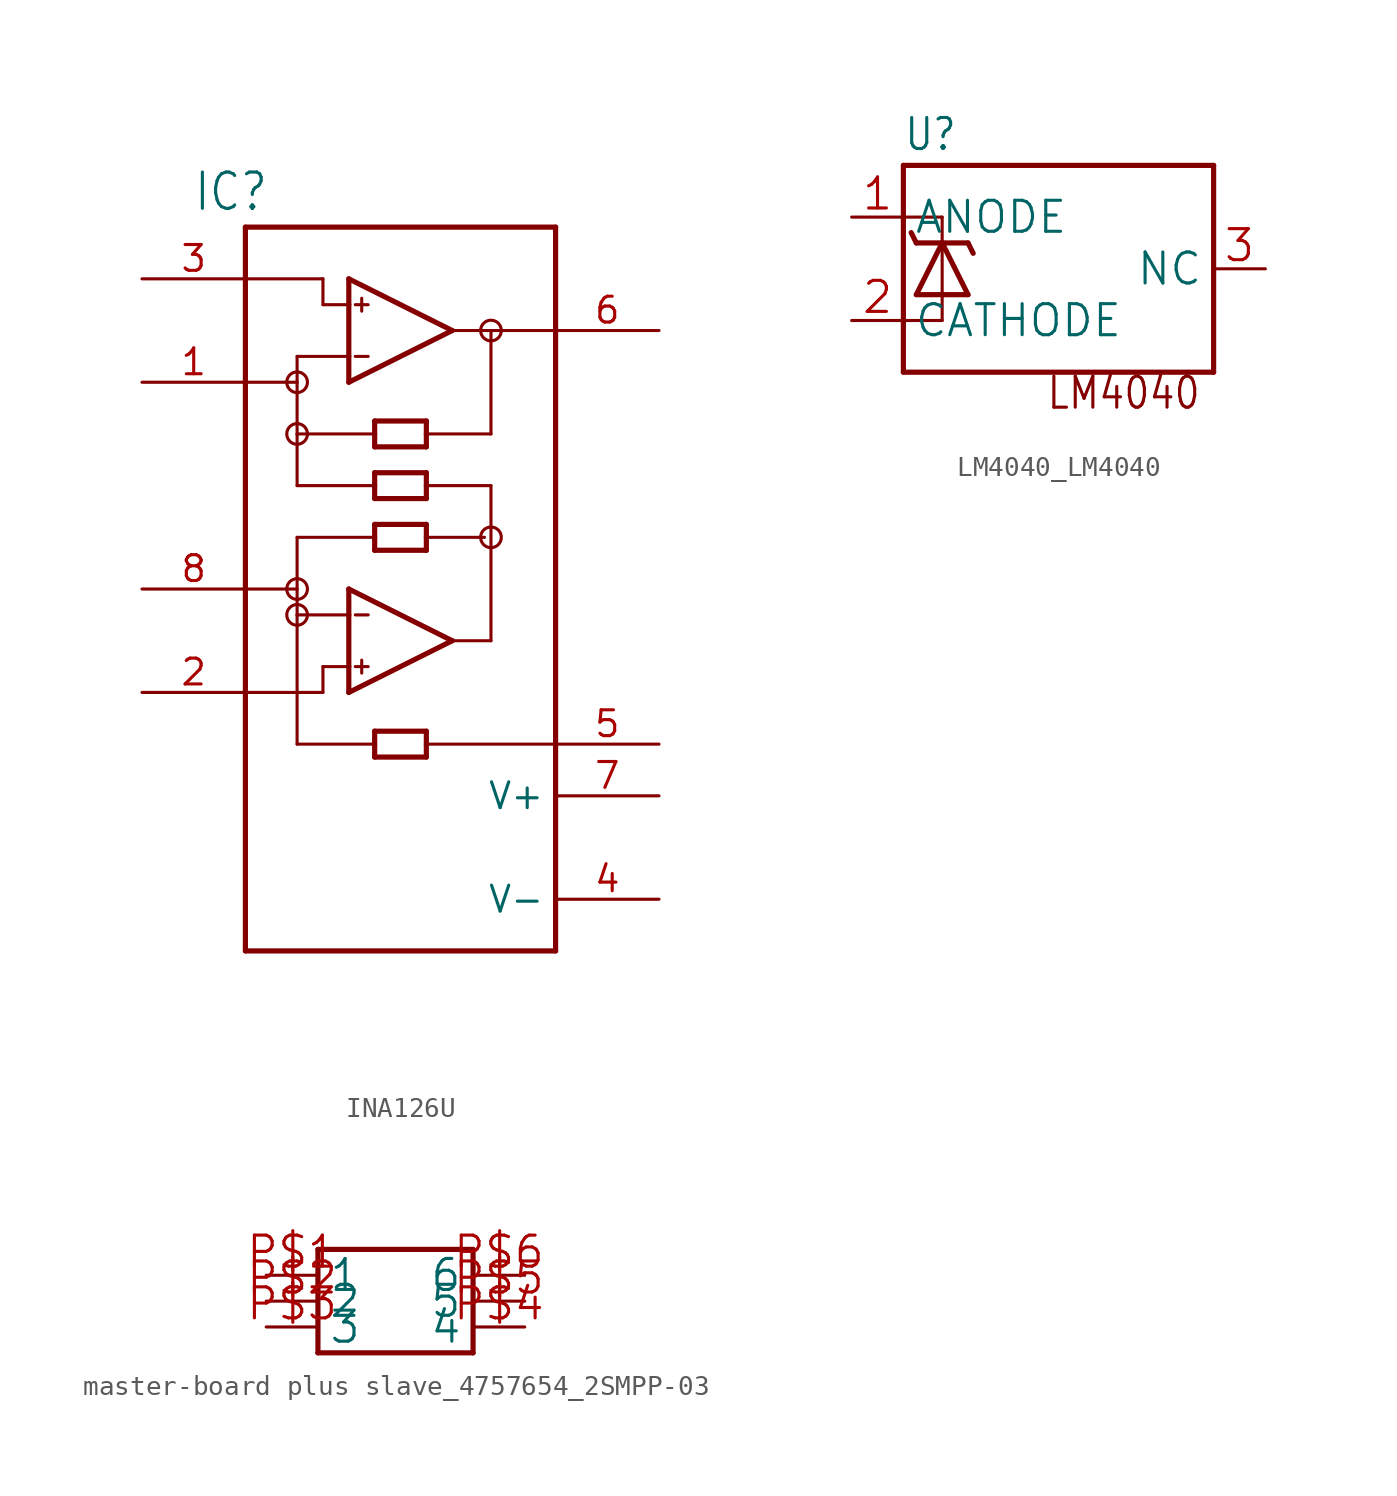
<source format=kicad_sym>
(kicad_symbol_lib
  (version 20241209)
  (generator "kicad_symbol_editor")
  (generator_version "9.0")
  (symbol "INA126U"
    (property "Reference" "IC"
      (at -10.195 18.478 0)
      (effects (font (size 1.784 1.516)) (justify left bottom)))
    (property "Value" ""
      (at -10.172 -20.344 0)
      (effects (font (size 1.78 1.513)) (justify left bottom)))
    (property "ki_locked" ""
      (at 0 0 0)
      (effects (font (size 1.27 1.27))))
    (symbol "INA126U_1_0"
      (polyline (pts (xy -7.62 17.78) (xy -7.62 15.24)) (stroke (width 0.254) (type solid)) (fill (type none)))
      (polyline (pts (xy -7.62 15.24) (xy -7.62 10.16)) (stroke (width 0.254) (type solid)) (fill (type none)))
      (polyline (pts (xy -7.62 15.24) (xy -3.81 15.24)) (stroke (width 0.152) (type solid)) (fill (type none)))
      (polyline (pts (xy -7.62 10.16) (xy -7.62 0)) (stroke (width 0.254) (type solid)) (fill (type none)))
      (polyline (pts (xy -7.62 10.16) (xy -5.08 10.16)) (stroke (width 0.152) (type solid)) (fill (type none)))
      (polyline (pts (xy -7.62 0) (xy -7.62 -5.08)) (stroke (width 0.254) (type solid)) (fill (type none)))
      (polyline (pts (xy -7.62 0) (xy -5.08 0)) (stroke (width 0.152) (type solid)) (fill (type none)))
      (polyline (pts (xy -7.62 -5.08) (xy -7.62 -17.78)) (stroke (width 0.254) (type solid)) (fill (type none)))
      (polyline (pts (xy -7.62 -17.78) (xy 7.62 -17.78)) (stroke (width 0.254) (type solid)) (fill (type none)))
      (polyline (pts (xy -5.08 11.43) (xy -5.08 10.16)) (stroke (width 0.152) (type solid)) (fill (type none)))
      (circle (center -5.08 10.16) (radius 0.508) (stroke (width 0) (type solid)) (fill (type none)))
      (polyline (pts (xy -5.08 10.16) (xy -5.08 7.62)) (stroke (width 0.152) (type solid)) (fill (type none)))
      (circle (center -5.08 7.62) (radius 0.508) (stroke (width 0) (type solid)) (fill (type none)))
      (polyline (pts (xy -5.08 7.62) (xy -5.08 5.08)) (stroke (width 0.152) (type solid)) (fill (type none)))
      (polyline (pts (xy -5.08 7.62) (xy -1.27 7.62)) (stroke (width 0.152) (type solid)) (fill (type none)))
      (polyline (pts (xy -5.08 5.08) (xy -1.27 5.08)) (stroke (width 0.152) (type solid)) (fill (type none)))
      (polyline (pts (xy -5.08 2.54) (xy -5.08 0)) (stroke (width 0.152) (type solid)) (fill (type none)))
      (circle (center -5.08 0) (radius 0.508) (stroke (width 0) (type solid)) (fill (type none)))
      (circle (center -5.08 -1.27) (radius 0.508) (stroke (width 0) (type solid)) (fill (type none)))
      (polyline (pts (xy -5.08 -1.27) (xy -5.08 0)) (stroke (width 0.152) (type solid)) (fill (type none)))
      (polyline (pts (xy -5.08 -1.27) (xy -5.08 -7.62)) (stroke (width 0.152) (type solid)) (fill (type none)))
      (polyline (pts (xy -5.08 -7.62) (xy -1.27 -7.62)) (stroke (width 0.152) (type solid)) (fill (type none)))
      (polyline (pts (xy -3.81 15.24) (xy -3.81 13.97)) (stroke (width 0.152) (type solid)) (fill (type none)))
      (polyline (pts (xy -3.81 -3.81) (xy -3.81 -5.08)) (stroke (width 0.152) (type solid)) (fill (type none)))
      (polyline (pts (xy -3.81 -5.08) (xy -7.62 -5.08)) (stroke (width 0.152) (type solid)) (fill (type none)))
      (polyline (pts (xy -2.54 15.24) (xy 2.54 12.7)) (stroke (width 0.254) (type solid)) (fill (type none)))
      (polyline (pts (xy -2.54 13.97) (xy -3.81 13.97)) (stroke (width 0.152) (type solid)) (fill (type none)))
      (polyline (pts (xy -2.54 13.97) (xy -2.54 15.24)) (stroke (width 0.254) (type solid)) (fill (type none)))
      (polyline (pts (xy -2.54 11.43) (xy -5.08 11.43)) (stroke (width 0.152) (type solid)) (fill (type none)))
      (polyline (pts (xy -2.54 11.43) (xy -2.54 13.97)) (stroke (width 0.254) (type solid)) (fill (type none)))
      (polyline (pts (xy -2.54 10.16) (xy -2.54 11.43)) (stroke (width 0.254) (type solid)) (fill (type none)))
      (polyline (pts (xy -2.54 0) (xy 2.54 -2.54)) (stroke (width 0.254) (type solid)) (fill (type none)))
      (polyline (pts (xy -2.54 -1.27) (xy -5.08 -1.27)) (stroke (width 0.152) (type solid)) (fill (type none)))
      (polyline (pts (xy -2.54 -1.27) (xy -2.54 0)) (stroke (width 0.254) (type solid)) (fill (type none)))
      (polyline (pts (xy -2.54 -3.81) (xy -3.81 -3.81)) (stroke (width 0.152) (type solid)) (fill (type none)))
      (polyline (pts (xy -2.54 -3.81) (xy -2.54 -1.27)) (stroke (width 0.254) (type solid)) (fill (type none)))
      (polyline (pts (xy -2.54 -5.08) (xy -2.54 -3.81)) (stroke (width 0.254) (type solid)) (fill (type none)))
      (polyline (pts (xy -2.223 13.97) (xy -1.587 13.97)) (stroke (width 0.152) (type solid)) (fill (type none)))
      (polyline (pts (xy -2.223 11.43) (xy -1.587 11.43)) (stroke (width 0.152) (type solid)) (fill (type none)))
      (polyline (pts (xy -2.223 -1.27) (xy -1.587 -1.27)) (stroke (width 0.152) (type solid)) (fill (type none)))
      (polyline (pts (xy -2.223 -3.81) (xy -1.587 -3.81)) (stroke (width 0.152) (type solid)) (fill (type none)))
      (polyline (pts (xy -1.905 14.287) (xy -1.905 13.652)) (stroke (width 0.152) (type solid)) (fill (type none)))
      (polyline (pts (xy -1.905 -3.493) (xy -1.905 -4.128)) (stroke (width 0.152) (type solid)) (fill (type none)))
      (polyline (pts (xy -1.27 8.255) (xy -1.27 7.62)) (stroke (width 0.254) (type solid)) (fill (type none)))
      (polyline (pts (xy -1.27 7.62) (xy -1.27 6.985)) (stroke (width 0.254) (type solid)) (fill (type none)))
      (polyline (pts (xy -1.27 6.985) (xy 1.27 6.985)) (stroke (width 0.254) (type solid)) (fill (type none)))
      (polyline (pts (xy -1.27 5.715) (xy 1.27 5.715)) (stroke (width 0.254) (type solid)) (fill (type none)))
      (polyline (pts (xy -1.27 5.08) (xy -1.27 5.715)) (stroke (width 0.254) (type solid)) (fill (type none)))
      (polyline (pts (xy -1.27 4.445) (xy -1.27 5.08)) (stroke (width 0.254) (type solid)) (fill (type none)))
      (polyline (pts (xy -1.27 3.175) (xy -1.27 2.54)) (stroke (width 0.254) (type solid)) (fill (type none)))
      (polyline (pts (xy -1.27 2.54) (xy -5.08 2.54)) (stroke (width 0.152) (type solid)) (fill (type none)))
      (polyline (pts (xy -1.27 2.54) (xy -1.27 1.905)) (stroke (width 0.254) (type solid)) (fill (type none)))
      (polyline (pts (xy -1.27 1.905) (xy 1.27 1.905)) (stroke (width 0.254) (type solid)) (fill (type none)))
      (polyline (pts (xy -1.27 -6.985) (xy 1.27 -6.985)) (stroke (width 0.254) (type solid)) (fill (type none)))
      (polyline (pts (xy -1.27 -7.62) (xy -1.27 -6.985)) (stroke (width 0.254) (type solid)) (fill (type none)))
      (polyline (pts (xy -1.27 -8.255) (xy -1.27 -7.62)) (stroke (width 0.254) (type solid)) (fill (type none)))
      (polyline (pts (xy 1.27 8.255) (xy -1.27 8.255)) (stroke (width 0.254) (type solid)) (fill (type none)))
      (polyline (pts (xy 1.27 7.62) (xy 1.27 8.255)) (stroke (width 0.254) (type solid)) (fill (type none)))
      (polyline (pts (xy 1.27 6.985) (xy 1.27 7.62)) (stroke (width 0.254) (type solid)) (fill (type none)))
      (polyline (pts (xy 1.27 5.715) (xy 1.27 5.08)) (stroke (width 0.254) (type solid)) (fill (type none)))
      (polyline (pts (xy 1.27 5.08) (xy 1.27 4.445)) (stroke (width 0.254) (type solid)) (fill (type none)))
      (polyline (pts (xy 1.27 5.08) (xy 4.445 5.08)) (stroke (width 0.152) (type solid)) (fill (type none)))
      (polyline (pts (xy 1.27 4.445) (xy -1.27 4.445)) (stroke (width 0.254) (type solid)) (fill (type none)))
      (polyline (pts (xy 1.27 3.175) (xy -1.27 3.175)) (stroke (width 0.254) (type solid)) (fill (type none)))
      (polyline (pts (xy 1.27 2.54) (xy 1.27 3.175)) (stroke (width 0.254) (type solid)) (fill (type none)))
      (polyline (pts (xy 1.27 2.54) (xy 4.128 2.54)) (stroke (width 0.152) (type solid)) (fill (type none)))
      (polyline (pts (xy 1.27 1.905) (xy 1.27 2.54)) (stroke (width 0.254) (type solid)) (fill (type none)))
      (polyline (pts (xy 1.27 -6.985) (xy 1.27 -7.62)) (stroke (width 0.254) (type solid)) (fill (type none)))
      (polyline (pts (xy 1.27 -7.62) (xy 1.27 -8.255)) (stroke (width 0.254) (type solid)) (fill (type none)))
      (polyline (pts (xy 1.27 -7.62) (xy 7.62 -7.62)) (stroke (width 0.152) (type solid)) (fill (type none)))
      (polyline (pts (xy 1.27 -8.255) (xy -1.27 -8.255)) (stroke (width 0.254) (type solid)) (fill (type none)))
      (polyline (pts (xy 2.54 12.7) (xy -2.54 10.16)) (stroke (width 0.254) (type solid)) (fill (type none)))
      (polyline (pts (xy 2.54 12.7) (xy 4.445 12.7)) (stroke (width 0.152) (type solid)) (fill (type none)))
      (polyline (pts (xy 2.54 -2.54) (xy -2.54 -5.08)) (stroke (width 0.254) (type solid)) (fill (type none)))
      (polyline (pts (xy 2.54 -2.54) (xy 4.445 -2.54)) (stroke (width 0.152) (type solid)) (fill (type none)))
      (polyline (pts (xy 4.445 12.7) (xy 4.445 7.62)) (stroke (width 0.152) (type solid)) (fill (type none)))
      (polyline (pts (xy 4.445 12.7) (xy 7.62 12.7)) (stroke (width 0.152) (type solid)) (fill (type none)))
      (circle (center 4.445 12.7) (radius 0.508) (stroke (width 0) (type solid)) (fill (type none)))
      (polyline (pts (xy 4.445 7.62) (xy 1.27 7.62)) (stroke (width 0.152) (type solid)) (fill (type none)))
      (polyline (pts (xy 4.445 5.08) (xy 4.445 -2.54)) (stroke (width 0.152) (type solid)) (fill (type none)))
      (circle (center 4.445 2.54) (radius 0.508) (stroke (width 0) (type solid)) (fill (type none)))
      (polyline (pts (xy 7.62 17.78) (xy -7.62 17.78)) (stroke (width 0.254) (type solid)) (fill (type none)))
      (polyline (pts (xy 7.62 -7.62) (xy 7.62 17.78)) (stroke (width 0.254) (type solid)) (fill (type none)))
      (polyline (pts (xy 7.62 -17.78) (xy 7.62 -7.62)) (stroke (width 0.254) (type solid)) (fill (type none)))
      (pin input line (at -12.7 15.24 0) (length 5.08) (name "+IN" (effects (font (size 0 0)))) (number "3" (effects (font (size 1.27 1.27)))))
      (pin passive line (at -12.7 10.16 0) (length 5.08) (name "RG" (effects (font (size 0 0)))) (number "1" (effects (font (size 1.27 1.27)))))
      (pin passive line (at -12.7 0 0) (length 5.08) (name "RG@1" (effects (font (size 0 0)))) (number "8" (effects (font (size 1.27 1.27)))))
      (pin input line (at -12.7 -5.08 0) (length 5.08) (name "-IN" (effects (font (size 0 0)))) (number "2" (effects (font (size 1.27 1.27)))))
      (pin output line (at 12.7 12.7 180) (length 5.08) (name "OUT" (effects (font (size 0 0)))) (number "6" (effects (font (size 1.27 1.27)))))
      (pin passive line (at 12.7 -7.62 180) (length 5.08) (name "REF" (effects (font (size 0 0)))) (number "5" (effects (font (size 1.27 1.27)))))
      (pin power_in line (at 12.7 -10.16 180) (length 5.08) (name "V+" (effects (font (size 1.27 1.27)))) (number "7" (effects (font (size 1.27 1.27)))))
      (pin power_in line (at 12.7 -15.24 180) (length 5.08) (name "V-" (effects (font (size 1.27 1.27)))) (number "4" (effects (font (size 1.27 1.27)))))))
  (symbol "LM4040_LM4040"
    (property "Reference" "U"
      (at -7.62 5.715 0)
      (effects (font (size 1.524 1.295)) (justify left bottom)))
    (property "ki_locked" ""
      (at 0 0 0)
      (effects (font (size 1.27 1.27))))
    (symbol "LM4040_LM4040_1_0"
      (polyline (pts (xy -7.62 5.08) (xy -7.62 2.54)) (stroke (width 0.254) (type solid)) (fill (type none)))
      (polyline (pts (xy -7.62 2.54) (xy -7.62 -2.54)) (stroke (width 0.254) (type solid)) (fill (type none)))
      (polyline (pts (xy -7.62 -2.54) (xy -7.62 -5.08)) (stroke (width 0.254) (type solid)) (fill (type none)))
      (polyline (pts (xy -7.62 -5.08) (xy 7.62 -5.08)) (stroke (width 0.254) (type solid)) (fill (type none)))
      (polyline (pts (xy -6.985 1.27) (xy -7.239 1.778)) (stroke (width 0.254) (type solid)) (fill (type none)))
      (polyline (pts (xy -6.985 1.27) (xy -5.715 1.27)) (stroke (width 0.254) (type solid)) (fill (type none)))
      (polyline (pts (xy -6.985 -1.27) (xy -4.445 -1.27)) (stroke (width 0.254) (type solid)) (fill (type none)))
      (polyline (pts (xy -5.715 2.54) (xy -7.62 2.54)) (stroke (width 0.152) (type solid)) (fill (type none)))
      (polyline (pts (xy -5.715 2.54) (xy -5.715 -2.54)) (stroke (width 0.152) (type solid)) (fill (type none)))
      (polyline (pts (xy -5.715 1.27) (xy -6.985 -1.27)) (stroke (width 0.254) (type solid)) (fill (type none)))
      (polyline (pts (xy -5.715 1.27) (xy -4.445 1.27)) (stroke (width 0.254) (type solid)) (fill (type none)))
      (polyline (pts (xy -5.715 -2.54) (xy -7.62 -2.54)) (stroke (width 0.152) (type solid)) (fill (type none)))
      (polyline (pts (xy -4.445 1.27) (xy -4.191 0.762)) (stroke (width 0.254) (type solid)) (fill (type none)))
      (polyline (pts (xy -4.445 -1.27) (xy -5.715 1.27)) (stroke (width 0.254) (type solid)) (fill (type none)))
      (polyline (pts (xy 7.62 5.08) (xy -7.62 5.08)) (stroke (width 0.254) (type solid)) (fill (type none)))
      (polyline (pts (xy 7.62 -5.08) (xy 7.62 5.08)) (stroke (width 0.254) (type solid)) (fill (type none)))
      (text "LM4040" (at -0.636 -6.992 0) (effects (font (size 1.526 1.297)) (justify left bottom)))
      (pin bidirectional line (at -10.16 2.54 0) (length 2.54) (name "ANODE" (effects (font (size 1.524 1.524)))) (number "1" (effects (font (size 1.524 1.524)))))
      (pin bidirectional line (at -10.16 -2.54 0) (length 2.54) (name "CATHODE" (effects (font (size 1.524 1.524)))) (number "2" (effects (font (size 1.524 1.524)))))
      (pin bidirectional line (at 10.16 0 180) (length 2.54) (name "NC" (effects (font (size 1.524 1.524)))) (number "3" (effects (font (size 1.524 1.524)))))))
  (symbol "master-board plus slave_4757654_2SMPP-03"
    (property "Reference" ""
      (at 0 0 0)
      (effects (font (size 1.27 1.27)) (hide yes)))
    (property "ki_locked" ""
      (at 0 0 0)
      (effects (font (size 1.27 1.27))))
    (symbol "master-board plus slave_4757654_2SMPP-03_1_0"
      (polyline (pts (xy -3.81 2.54) (xy -3.81 -2.54)) (stroke (width 0.254) (type solid)) (fill (type none)))
      (polyline (pts (xy -3.81 -2.54) (xy 3.81 -2.54)) (stroke (width 0.254) (type solid)) (fill (type none)))
      (polyline (pts (xy 3.81 2.54) (xy -3.81 2.54)) (stroke (width 0.254) (type solid)) (fill (type none)))
      (polyline (pts (xy 3.81 -2.54) (xy 3.81 2.54)) (stroke (width 0.254) (type solid)) (fill (type none)))
      (pin bidirectional line (at -6.35 1.27 0) (length 2.54) (name "1" (effects (font (size 1.524 1.524)))) (number "P$1" (effects (font (size 1.524 1.524)))))
      (pin bidirectional line (at -6.35 0 0) (length 2.54) (name "2" (effects (font (size 1.524 1.524)))) (number "P$2" (effects (font (size 1.524 1.524)))))
      (pin bidirectional line (at -6.35 -1.27 0) (length 2.54) (name "3" (effects (font (size 1.524 1.524)))) (number "P$3" (effects (font (size 1.524 1.524)))))
      (pin bidirectional line (at 6.35 1.27 180) (length 2.54) (name "6" (effects (font (size 1.524 1.524)))) (number "P$6" (effects (font (size 1.524 1.524)))))
      (pin bidirectional line (at 6.35 0 180) (length 2.54) (name "5" (effects (font (size 1.524 1.524)))) (number "P$5" (effects (font (size 1.524 1.524)))))
      (pin bidirectional line (at 6.35 -1.27 180) (length 2.54) (name "4" (effects (font (size 1.524 1.524)))) (number "P$4" (effects (font (size 1.524 1.524))))))))
</source>
